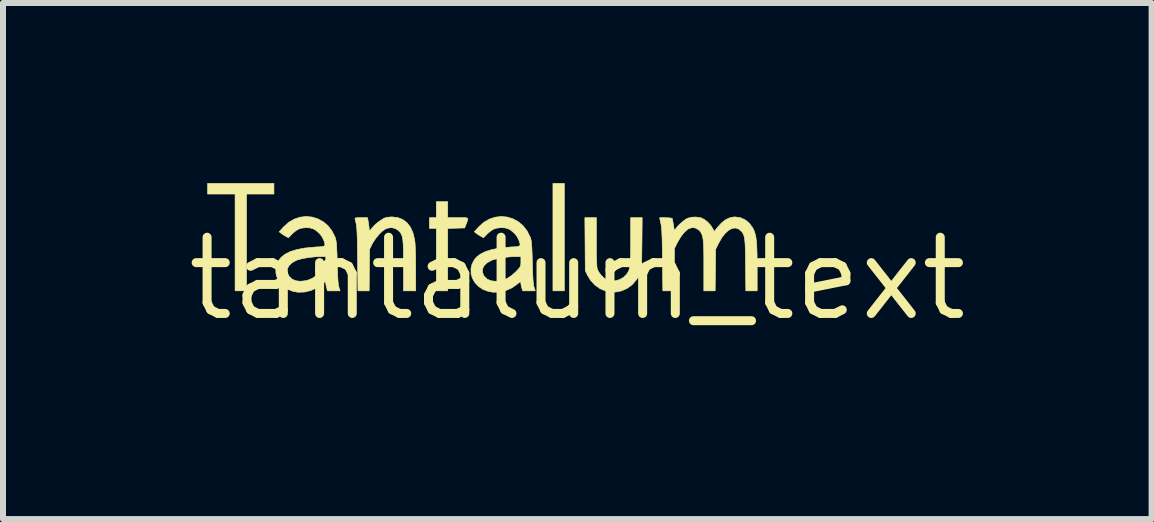
<source format=kicad_pcb>
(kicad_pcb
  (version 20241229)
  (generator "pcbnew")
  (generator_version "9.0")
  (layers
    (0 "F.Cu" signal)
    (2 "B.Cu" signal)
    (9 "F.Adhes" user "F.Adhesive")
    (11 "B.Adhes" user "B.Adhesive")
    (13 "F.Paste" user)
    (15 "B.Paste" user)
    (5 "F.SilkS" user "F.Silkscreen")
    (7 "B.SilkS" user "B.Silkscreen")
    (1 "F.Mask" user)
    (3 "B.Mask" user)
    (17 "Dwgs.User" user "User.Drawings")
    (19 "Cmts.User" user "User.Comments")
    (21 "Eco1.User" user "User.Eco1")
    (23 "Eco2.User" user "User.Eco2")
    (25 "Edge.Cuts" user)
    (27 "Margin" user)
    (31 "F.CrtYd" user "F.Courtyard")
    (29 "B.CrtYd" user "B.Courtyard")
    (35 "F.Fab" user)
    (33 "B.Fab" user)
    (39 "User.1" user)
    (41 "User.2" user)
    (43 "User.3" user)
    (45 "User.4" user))
  (footprint "tantalum_text"
    (layer "F.Cu")
    (at 6.569 1.593)
    (property "Reference" "tantalum_text" (at 0 0 0) (layer "F.SilkS") (effects (font (size 1.27 1.27) (thickness 0.15))))
    (attr through_hole)
    (fp_poly (pts (xy -0.216 0.203) (xy -0.406 0.203) (xy -0.406 -1.587) (xy -0.216 -1.587) (xy -0.216 0.203)) (stroke (width 0.01) (type solid)) (fill yes) (layer "F.SilkS"))
    (fp_poly (pts (xy -5.055 -1.41) (xy -5.512 -1.41) (xy -5.512 0.203) (xy -5.702 0.203) (xy -5.702 -1.41) (xy -6.16 -1.41) (xy -6.16 -1.587) (xy -5.055 -1.587) (xy -5.055 -1.41)) (stroke (width 0.01) (type solid)) (fill yes) (layer "F.SilkS"))
    (fp_poly (pts (xy -2.159 -1.016) (xy -1.987 -1.016) (xy -1.916 -1.016) (xy -1.868 -1.016) (xy -1.838 -1.011) (xy -1.825 -1.001) (xy -1.825 -0.982) (xy -1.835 -0.952) (xy -1.852 -0.909) (xy -1.853 -0.908) (xy -1.877 -0.845) (xy -2.018 -0.841) (xy -2.159 -0.837) (xy -2.159 0.203) (xy -2.349 0.203) (xy -2.349 -0.838) (xy -2.464 -0.838) (xy -2.464 -1.016) (xy -2.349 -1.016) (xy -2.349 -1.283) (xy -2.159 -1.283) (xy -2.159 -1.016)) (stroke (width 0.01) (type solid)) (fill yes) (layer "F.SilkS"))
    (fp_poly (pts (xy 0.318 -0.614) (xy 0.318 -0.477) (xy 0.319 -0.364) (xy 0.322 -0.277) (xy 0.326 -0.213) (xy 0.33 -0.173) (xy 0.332 -0.163) (xy 0.356 -0.112) (xy 0.396 -0.059) (xy 0.442 -0.013) (xy 0.487 0.017) (xy 0.557 0.037) (xy 0.632 0.036) (xy 0.706 0.015) (xy 0.772 -0.023) (xy 0.814 -0.065) (xy 0.834 -0.091) (xy 0.85 -0.117) (xy 0.862 -0.146) (xy 0.872 -0.181) (xy 0.879 -0.224) (xy 0.884 -0.279) (xy 0.887 -0.349) (xy 0.888 -0.436) (xy 0.889 -0.544) (xy 0.889 -0.624) (xy 0.889 -1.016) (xy 1.081 -1.016) (xy 1.077 -0.587) (xy 1.075 -0.464) (xy 1.074 -0.364) (xy 1.071 -0.282) (xy 1.068 -0.217) (xy 1.063 -0.165) (xy 1.056 -0.124) (xy 1.046 -0.089) (xy 1.033 -0.058) (xy 1.016 -0.029) (xy 0.996 0.003) (xy 0.982 0.022) (xy 0.914 0.101) (xy 0.831 0.161) (xy 0.738 0.203) (xy 0.639 0.223) (xy 0.538 0.22) (xy 0.483 0.209) (xy 0.381 0.168) (xy 0.292 0.105) (xy 0.218 0.023) (xy 0.166 -0.064) (xy 0.133 -0.133) (xy 0.126 -1.016) (xy 0.318 -1.016) (xy 0.318 -0.614)) (stroke (width 0.01) (type solid)) (fill yes) (layer "F.SilkS"))
    (fp_poly (pts (xy -2.992 -1.018) (xy -2.908 -0.985) (xy -2.837 -0.931) (xy -2.78 -0.857) (xy -2.738 -0.763) (xy -2.711 -0.651) (xy -2.706 -0.616) (xy -2.702 -0.572) (xy -2.699 -0.508) (xy -2.696 -0.427) (xy -2.694 -0.336) (xy -2.693 -0.238) (xy -2.693 -0.149) (xy -2.692 0.203) (xy -2.896 0.203) (xy -2.896 -0.214) (xy -2.896 -0.342) (xy -2.897 -0.448) (xy -2.899 -0.533) (xy -2.903 -0.601) (xy -2.908 -0.655) (xy -2.916 -0.697) (xy -2.927 -0.729) (xy -2.94 -0.756) (xy -2.958 -0.779) (xy -2.979 -0.801) (xy -2.979 -0.801) (xy -3.033 -0.836) (xy -3.095 -0.85) (xy -3.161 -0.842) (xy -3.196 -0.828) (xy -3.247 -0.793) (xy -3.302 -0.74) (xy -3.355 -0.676) (xy -3.401 -0.608) (xy -3.419 -0.575) (xy -3.461 -0.49) (xy -3.465 -0.143) (xy -3.468 0.203) (xy -3.655 0.203) (xy -3.661 -0.327) (xy -3.663 -0.462) (xy -3.664 -0.574) (xy -3.666 -0.667) (xy -3.669 -0.742) (xy -3.672 -0.803) (xy -3.676 -0.853) (xy -3.681 -0.894) (xy -3.687 -0.929) (xy -3.694 -0.96) (xy -3.703 -0.992) (xy -3.703 -0.994) (xy -3.704 -1.005) (xy -3.696 -1.011) (xy -3.673 -1.015) (xy -3.632 -1.016) (xy -3.603 -1.016) (xy -3.495 -1.016) (xy -3.481 -0.936) (xy -3.474 -0.887) (xy -3.469 -0.843) (xy -3.467 -0.819) (xy -3.466 -0.8) (xy -3.462 -0.796) (xy -3.449 -0.808) (xy -3.425 -0.839) (xy -3.423 -0.841) (xy -3.372 -0.897) (xy -3.306 -0.952) (xy -3.235 -0.998) (xy -3.217 -1.008) (xy -3.171 -1.022) (xy -3.107 -1.028) (xy -3.089 -1.029) (xy -2.992 -1.018)) (stroke (width 0.01) (type solid)) (fill yes) (layer "F.SilkS"))
    (fp_poly (pts (xy -4.421 -1.027) (xy -4.326 -0.998) (xy -4.237 -0.95) (xy -4.157 -0.884) (xy -4.09 -0.799) (xy -4.038 -0.697) (xy -4.032 -0.679) (xy -4.025 -0.656) (xy -4.019 -0.626) (xy -4.014 -0.587) (xy -4.01 -0.536) (xy -4.007 -0.469) (xy -4.003 -0.384) (xy -4 -0.276) (xy -4 -0.267) (xy -3.997 -0.15) (xy -3.993 -0.057) (xy -3.989 0.016) (xy -3.984 0.072) (xy -3.979 0.113) (xy -3.972 0.141) (xy -3.972 0.143) (xy -3.952 0.203) (xy -4.162 0.203) (xy -4.176 0.154) (xy -4.186 0.115) (xy -4.191 0.082) (xy -4.191 0.078) (xy -4.193 0.058) (xy -4.202 0.053) (xy -4.223 0.066) (xy -4.249 0.088) (xy -4.34 0.153) (xy -4.442 0.198) (xy -4.549 0.223) (xy -4.656 0.226) (xy -4.737 0.211) (xy -4.826 0.177) (xy -4.9 0.126) (xy -4.958 0.064) (xy -4.999 -0.008) (xy -5.021 -0.085) (xy -5.022 -0.109) (xy -4.832 -0.109) (xy -4.809 -0.051) (xy -4.8 -0.037) (xy -4.753 0.008) (xy -4.69 0.035) (xy -4.613 0.044) (xy -4.526 0.034) (xy -4.483 0.023) (xy -4.415 -0.006) (xy -4.343 -0.054) (xy -4.274 -0.116) (xy -4.255 -0.136) (xy -4.222 -0.172) (xy -4.203 -0.199) (xy -4.194 -0.225) (xy -4.191 -0.259) (xy -4.191 -0.287) (xy -4.191 -0.368) (xy -4.283 -0.368) (xy -4.358 -0.365) (xy -4.439 -0.357) (xy -4.522 -0.345) (xy -4.597 -0.33) (xy -4.658 -0.314) (xy -4.684 -0.304) (xy -4.755 -0.264) (xy -4.804 -0.217) (xy -4.83 -0.165) (xy -4.832 -0.109) (xy -5.022 -0.109) (xy -5.023 -0.165) (xy -5.005 -0.243) (xy -4.965 -0.318) (xy -4.932 -0.358) (xy -4.866 -0.409) (xy -4.78 -0.452) (xy -4.672 -0.485) (xy -4.541 -0.51) (xy -4.387 -0.525) (xy -4.353 -0.528) (xy -4.286 -0.531) (xy -4.241 -0.536) (xy -4.215 -0.545) (xy -4.205 -0.561) (xy -4.207 -0.586) (xy -4.218 -0.623) (xy -4.225 -0.641) (xy -4.256 -0.702) (xy -4.303 -0.76) (xy -4.36 -0.808) (xy -4.396 -0.829) (xy -4.454 -0.846) (xy -4.523 -0.85) (xy -4.593 -0.842) (xy -4.644 -0.826) (xy -4.683 -0.803) (xy -4.726 -0.769) (xy -4.755 -0.742) (xy -4.813 -0.682) (xy -4.858 -0.706) (xy -4.897 -0.729) (xy -4.932 -0.753) (xy -4.935 -0.756) (xy -4.967 -0.781) (xy -4.896 -0.86) (xy -4.811 -0.937) (xy -4.718 -0.991) (xy -4.621 -1.024) (xy -4.521 -1.036) (xy -4.421 -1.027)) (stroke (width 0.01) (type solid)) (fill yes) (layer "F.SilkS"))
    (fp_poly (pts (xy -1.17 -1.027) (xy -1.074 -0.998) (xy -0.985 -0.95) (xy -0.906 -0.884) (xy -0.839 -0.799) (xy -0.787 -0.697) (xy -0.78 -0.679) (xy -0.773 -0.656) (xy -0.767 -0.626) (xy -0.763 -0.587) (xy -0.759 -0.536) (xy -0.755 -0.469) (xy -0.752 -0.384) (xy -0.749 -0.276) (xy -0.749 -0.267) (xy -0.746 -0.15) (xy -0.742 -0.057) (xy -0.738 0.016) (xy -0.733 0.072) (xy -0.728 0.113) (xy -0.721 0.141) (xy -0.721 0.143) (xy -0.701 0.203) (xy -0.91 0.203) (xy -0.925 0.154) (xy -0.935 0.115) (xy -0.94 0.082) (xy -0.94 0.078) (xy -0.942 0.058) (xy -0.951 0.053) (xy -0.971 0.066) (xy -0.998 0.088) (xy -1.089 0.153) (xy -1.191 0.198) (xy -1.297 0.223) (xy -1.405 0.226) (xy -1.486 0.211) (xy -1.575 0.177) (xy -1.649 0.126) (xy -1.707 0.064) (xy -1.748 -0.008) (xy -1.77 -0.085) (xy -1.77 -0.109) (xy -1.581 -0.109) (xy -1.558 -0.051) (xy -1.549 -0.037) (xy -1.502 0.008) (xy -1.439 0.035) (xy -1.362 0.044) (xy -1.275 0.034) (xy -1.232 0.023) (xy -1.164 -0.006) (xy -1.092 -0.054) (xy -1.023 -0.116) (xy -1.003 -0.136) (xy -0.971 -0.172) (xy -0.952 -0.199) (xy -0.943 -0.225) (xy -0.94 -0.259) (xy -0.94 -0.287) (xy -0.94 -0.368) (xy -1.032 -0.368) (xy -1.106 -0.365) (xy -1.188 -0.357) (xy -1.27 -0.345) (xy -1.346 -0.33) (xy -1.407 -0.314) (xy -1.433 -0.304) (xy -1.504 -0.264) (xy -1.553 -0.217) (xy -1.578 -0.165) (xy -1.581 -0.109) (xy -1.77 -0.109) (xy -1.772 -0.165) (xy -1.754 -0.243) (xy -1.714 -0.318) (xy -1.681 -0.358) (xy -1.615 -0.409) (xy -1.529 -0.452) (xy -1.42 -0.485) (xy -1.29 -0.51) (xy -1.136 -0.525) (xy -1.102 -0.528) (xy -1.035 -0.531) (xy -0.99 -0.536) (xy -0.964 -0.545) (xy -0.953 -0.561) (xy -0.956 -0.586) (xy -0.967 -0.623) (xy -0.974 -0.641) (xy -1.004 -0.702) (xy -1.052 -0.76) (xy -1.109 -0.808) (xy -1.145 -0.829) (xy -1.203 -0.846) (xy -1.272 -0.85) (xy -1.341 -0.842) (xy -1.393 -0.826) (xy -1.431 -0.803) (xy -1.475 -0.769) (xy -1.504 -0.742) (xy -1.562 -0.682) (xy -1.607 -0.706) (xy -1.646 -0.729) (xy -1.681 -0.753) (xy -1.684 -0.756) (xy -1.716 -0.781) (xy -1.645 -0.86) (xy -1.56 -0.937) (xy -1.467 -0.991) (xy -1.369 -1.024) (xy -1.269 -1.036) (xy -1.17 -1.027)) (stroke (width 0.01) (type solid)) (fill yes) (layer "F.SilkS"))
    (fp_poly (pts (xy 2.718 -1.016) (xy 2.797 -0.98) (xy 2.866 -0.924) (xy 2.921 -0.848) (xy 2.93 -0.832) (xy 2.947 -0.795) (xy 2.961 -0.754) (xy 2.973 -0.707) (xy 2.981 -0.651) (xy 2.988 -0.583) (xy 2.992 -0.5) (xy 2.995 -0.4) (xy 2.996 -0.279) (xy 2.997 -0.187) (xy 2.997 0.203) (xy 2.808 0.203) (xy 2.803 -0.225) (xy 2.802 -0.351) (xy 2.8 -0.453) (xy 2.798 -0.536) (xy 2.794 -0.601) (xy 2.789 -0.653) (xy 2.783 -0.692) (xy 2.774 -0.723) (xy 2.763 -0.748) (xy 2.749 -0.77) (xy 2.731 -0.791) (xy 2.729 -0.794) (xy 2.682 -0.831) (xy 2.631 -0.845) (xy 2.576 -0.836) (xy 2.519 -0.805) (xy 2.462 -0.754) (xy 2.407 -0.682) (xy 2.355 -0.591) (xy 2.353 -0.587) (xy 2.305 -0.49) (xy 2.301 -0.144) (xy 2.297 0.203) (xy 2.108 0.203) (xy 2.108 -0.214) (xy 2.108 -0.343) (xy 2.107 -0.449) (xy 2.105 -0.536) (xy 2.101 -0.605) (xy 2.095 -0.66) (xy 2.087 -0.703) (xy 2.076 -0.737) (xy 2.063 -0.764) (xy 2.046 -0.788) (xy 2.026 -0.809) (xy 1.976 -0.842) (xy 1.921 -0.852) (xy 1.862 -0.836) (xy 1.855 -0.832) (xy 1.812 -0.801) (xy 1.764 -0.75) (xy 1.717 -0.686) (xy 1.675 -0.614) (xy 1.666 -0.599) (xy 1.619 -0.503) (xy 1.612 0.203) (xy 1.425 0.203) (xy 1.419 -0.314) (xy 1.417 -0.452) (xy 1.415 -0.567) (xy 1.413 -0.661) (xy 1.41 -0.737) (xy 1.407 -0.798) (xy 1.403 -0.847) (xy 1.399 -0.885) (xy 1.393 -0.915) (xy 1.392 -0.921) (xy 1.382 -0.965) (xy 1.375 -0.997) (xy 1.372 -1.013) (xy 1.372 -1.013) (xy 1.383 -1.016) (xy 1.413 -1.017) (xy 1.453 -1.016) (xy 1.497 -1.015) (xy 1.538 -1.012) (xy 1.568 -1.008) (xy 1.58 -1.005) (xy 1.585 -0.988) (xy 1.592 -0.952) (xy 1.6 -0.905) (xy 1.602 -0.894) (xy 1.61 -0.845) (xy 1.615 -0.818) (xy 1.621 -0.809) (xy 1.629 -0.814) (xy 1.636 -0.826) (xy 1.668 -0.867) (xy 1.713 -0.913) (xy 1.762 -0.956) (xy 1.809 -0.991) (xy 1.833 -1.004) (xy 1.9 -1.023) (xy 1.977 -1.027) (xy 2.053 -1.016) (xy 2.06 -1.014) (xy 2.113 -0.988) (xy 2.168 -0.947) (xy 2.217 -0.895) (xy 2.252 -0.842) (xy 2.281 -0.786) (xy 2.333 -0.851) (xy 2.403 -0.928) (xy 2.47 -0.981) (xy 2.538 -1.014) (xy 2.609 -1.028) (xy 2.632 -1.028) (xy 2.718 -1.016)) (stroke (width 0.01) (type solid)) (fill yes) (layer "F.SilkS")))
  (gr_rect
    (start -3 -3)
    (end 16.138 5.599)
    (stroke (width 0.1) (type default))
    (fill no)
    (layer "Edge.Cuts")))
</source>
